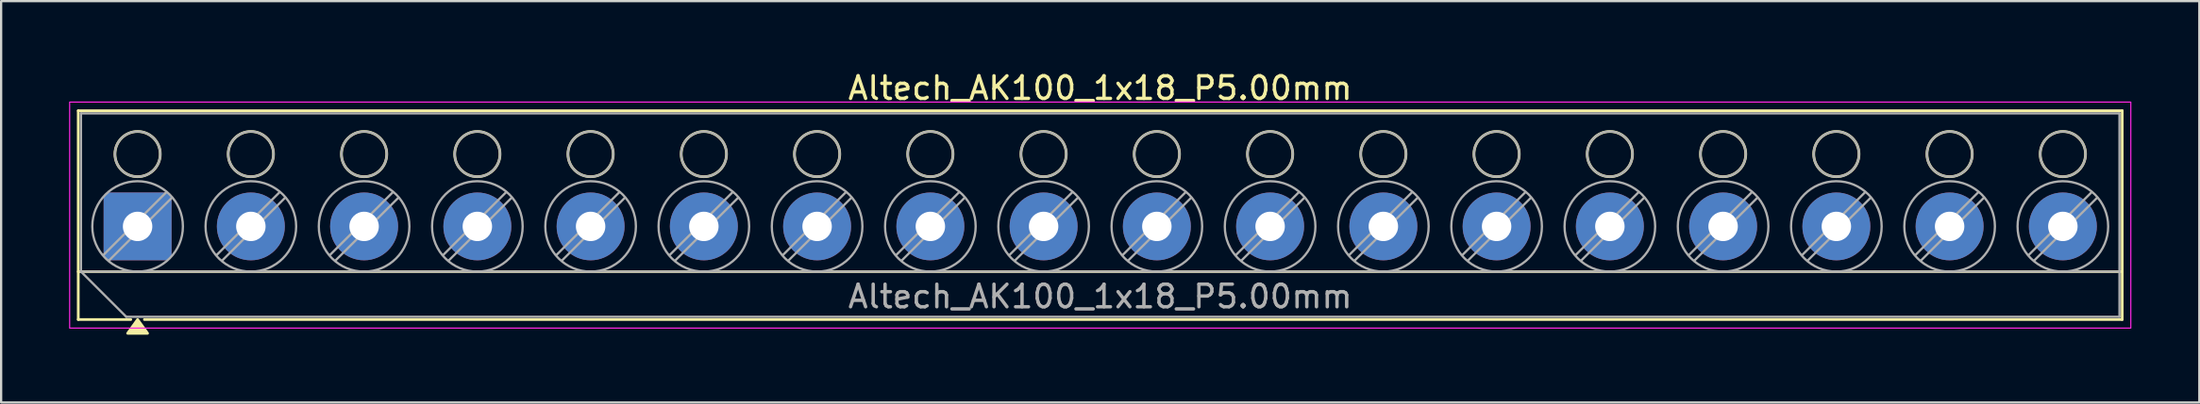
<source format=kicad_pcb>
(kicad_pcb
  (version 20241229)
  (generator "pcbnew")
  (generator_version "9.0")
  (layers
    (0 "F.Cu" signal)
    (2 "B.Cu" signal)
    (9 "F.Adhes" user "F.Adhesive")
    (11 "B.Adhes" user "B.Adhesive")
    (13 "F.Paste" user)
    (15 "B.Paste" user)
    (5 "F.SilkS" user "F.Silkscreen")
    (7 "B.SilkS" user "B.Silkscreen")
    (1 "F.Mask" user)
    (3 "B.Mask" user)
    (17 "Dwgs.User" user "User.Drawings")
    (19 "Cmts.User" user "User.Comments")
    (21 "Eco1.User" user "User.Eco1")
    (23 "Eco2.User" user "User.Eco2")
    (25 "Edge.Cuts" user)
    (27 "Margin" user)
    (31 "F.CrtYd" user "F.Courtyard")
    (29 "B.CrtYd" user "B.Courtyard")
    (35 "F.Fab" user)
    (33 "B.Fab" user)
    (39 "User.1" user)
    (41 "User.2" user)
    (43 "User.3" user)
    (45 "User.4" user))
  (footprint "Altech_AK100_1x18_P5.00mm"
    (layer "F.Cu")
    (at 3.025 6.968)
    (property "Reference" "Altech_AK100_1x18_P5.00mm" (at 42.5 -6.12 0) (layer "F.SilkS") (effects (font (size 1 1) (thickness 0.15))))
    (attr through_hole)
    (fp_line (start -2.62 -5.12) (end 87.62 -5.12) (stroke (width 0.12) (type solid)) (layer "F.SilkS"))
    (fp_line (start -2.62 2) (end 87.62 2) (stroke (width 0.12) (type solid)) (layer "F.SilkS"))
    (fp_line (start -2.62 4.12) (end -2.62 -5.12) (stroke (width 0.12) (type solid)) (layer "F.SilkS"))
    (fp_line (start -0.3 4.12) (end -2.62 4.12) (stroke (width 0.12) (type solid)) (layer "F.SilkS"))
    (fp_line (start 87.62 -5.12) (end 87.62 4.12) (stroke (width 0.12) (type solid)) (layer "F.SilkS"))
    (fp_line (start 87.62 4.12) (end 0.3 4.12) (stroke (width 0.12) (type solid)) (layer "F.SilkS"))
    (fp_circle (center 0 -3.2) (end 1 -3.2) (stroke (width 0.12) (type solid)) (fill no) (layer "F.SilkS"))
    (fp_circle (center 5 -3.2) (end 6 -3.2) (stroke (width 0.12) (type solid)) (fill no) (layer "F.SilkS"))
    (fp_circle (center 10 -3.2) (end 11 -3.2) (stroke (width 0.12) (type solid)) (fill no) (layer "F.SilkS"))
    (fp_circle (center 15 -3.2) (end 16 -3.2) (stroke (width 0.12) (type solid)) (fill no) (layer "F.SilkS"))
    (fp_circle (center 20 -3.2) (end 21 -3.2) (stroke (width 0.12) (type solid)) (fill no) (layer "F.SilkS"))
    (fp_circle (center 25 -3.2) (end 26 -3.2) (stroke (width 0.12) (type solid)) (fill no) (layer "F.SilkS"))
    (fp_circle (center 30 -3.2) (end 31 -3.2) (stroke (width 0.12) (type solid)) (fill no) (layer "F.SilkS"))
    (fp_circle (center 35 -3.2) (end 36 -3.2) (stroke (width 0.12) (type solid)) (fill no) (layer "F.SilkS"))
    (fp_circle (center 40 -3.2) (end 41 -3.2) (stroke (width 0.12) (type solid)) (fill no) (layer "F.SilkS"))
    (fp_circle (center 45 -3.2) (end 46 -3.2) (stroke (width 0.12) (type solid)) (fill no) (layer "F.SilkS"))
    (fp_circle (center 50 -3.2) (end 51 -3.2) (stroke (width 0.12) (type solid)) (fill no) (layer "F.SilkS"))
    (fp_circle (center 55 -3.2) (end 56 -3.2) (stroke (width 0.12) (type solid)) (fill no) (layer "F.SilkS"))
    (fp_circle (center 60 -3.2) (end 61 -3.2) (stroke (width 0.12) (type solid)) (fill no) (layer "F.SilkS"))
    (fp_circle (center 65 -3.2) (end 66 -3.2) (stroke (width 0.12) (type solid)) (fill no) (layer "F.SilkS"))
    (fp_circle (center 70 -3.2) (end 71 -3.2) (stroke (width 0.12) (type solid)) (fill no) (layer "F.SilkS"))
    (fp_circle (center 75 -3.2) (end 76 -3.2) (stroke (width 0.12) (type solid)) (fill no) (layer "F.SilkS"))
    (fp_circle (center 80 -3.2) (end 81 -3.2) (stroke (width 0.12) (type solid)) (fill no) (layer "F.SilkS"))
    (fp_circle (center 85 -3.2) (end 86 -3.2) (stroke (width 0.12) (type solid)) (fill no) (layer "F.SilkS"))
    (fp_poly (pts (xy 0 4.12) (xy 0.44 4.73) (xy -0.44 4.73)) (stroke (width 0.12) (type solid)) (fill yes) (layer "F.SilkS"))
    (fp_rect (start -3 -5.5) (end 88 4.5) (stroke (width 0.05) (type solid)) (fill no) (layer "F.CrtYd"))
    (fp_line (start -2.5 -5) (end 87.5 -5) (stroke (width 0.1) (type solid)) (layer "F.Fab"))
    (fp_line (start -2.5 2) (end -2.5 -5) (stroke (width 0.1) (type solid)) (layer "F.Fab"))
    (fp_line (start -2.5 2) (end 87.5 2) (stroke (width 0.1) (type solid)) (layer "F.Fab"))
    (fp_line (start -0.5 4) (end -2.5 2) (stroke (width 0.1) (type solid)) (layer "F.Fab"))
    (fp_line (start 1.273 -1.517) (end -1.517 1.273) (stroke (width 0.1) (type solid)) (layer "F.Fab"))
    (fp_line (start 1.517 -1.273) (end -1.273 1.517) (stroke (width 0.1) (type solid)) (layer "F.Fab"))
    (fp_line (start 6.273 -1.517) (end 3.483 1.273) (stroke (width 0.1) (type solid)) (layer "F.Fab"))
    (fp_line (start 6.517 -1.273) (end 3.727 1.517) (stroke (width 0.1) (type solid)) (layer "F.Fab"))
    (fp_line (start 11.273 -1.517) (end 8.483 1.273) (stroke (width 0.1) (type solid)) (layer "F.Fab"))
    (fp_line (start 11.517 -1.273) (end 8.727 1.517) (stroke (width 0.1) (type solid)) (layer "F.Fab"))
    (fp_line (start 16.273 -1.517) (end 13.483 1.273) (stroke (width 0.1) (type solid)) (layer "F.Fab"))
    (fp_line (start 16.517 -1.273) (end 13.727 1.517) (stroke (width 0.1) (type solid)) (layer "F.Fab"))
    (fp_line (start 21.273 -1.517) (end 18.483 1.273) (stroke (width 0.1) (type solid)) (layer "F.Fab"))
    (fp_line (start 21.517 -1.273) (end 18.727 1.517) (stroke (width 0.1) (type solid)) (layer "F.Fab"))
    (fp_line (start 26.273 -1.517) (end 23.483 1.273) (stroke (width 0.1) (type solid)) (layer "F.Fab"))
    (fp_line (start 26.517 -1.273) (end 23.727 1.517) (stroke (width 0.1) (type solid)) (layer "F.Fab"))
    (fp_line (start 31.273 -1.517) (end 28.483 1.273) (stroke (width 0.1) (type solid)) (layer "F.Fab"))
    (fp_line (start 31.517 -1.273) (end 28.727 1.517) (stroke (width 0.1) (type solid)) (layer "F.Fab"))
    (fp_line (start 36.273 -1.517) (end 33.483 1.273) (stroke (width 0.1) (type solid)) (layer "F.Fab"))
    (fp_line (start 36.517 -1.273) (end 33.727 1.517) (stroke (width 0.1) (type solid)) (layer "F.Fab"))
    (fp_line (start 41.273 -1.517) (end 38.483 1.273) (stroke (width 0.1) (type solid)) (layer "F.Fab"))
    (fp_line (start 41.517 -1.273) (end 38.727 1.517) (stroke (width 0.1) (type solid)) (layer "F.Fab"))
    (fp_line (start 46.273 -1.517) (end 43.483 1.273) (stroke (width 0.1) (type solid)) (layer "F.Fab"))
    (fp_line (start 46.517 -1.273) (end 43.727 1.517) (stroke (width 0.1) (type solid)) (layer "F.Fab"))
    (fp_line (start 51.273 -1.517) (end 48.483 1.273) (stroke (width 0.1) (type solid)) (layer "F.Fab"))
    (fp_line (start 51.517 -1.273) (end 48.727 1.517) (stroke (width 0.1) (type solid)) (layer "F.Fab"))
    (fp_line (start 56.273 -1.517) (end 53.483 1.273) (stroke (width 0.1) (type solid)) (layer "F.Fab"))
    (fp_line (start 56.517 -1.273) (end 53.727 1.517) (stroke (width 0.1) (type solid)) (layer "F.Fab"))
    (fp_line (start 61.273 -1.517) (end 58.483 1.273) (stroke (width 0.1) (type solid)) (layer "F.Fab"))
    (fp_line (start 61.517 -1.273) (end 58.727 1.517) (stroke (width 0.1) (type solid)) (layer "F.Fab"))
    (fp_line (start 66.273 -1.517) (end 63.483 1.273) (stroke (width 0.1) (type solid)) (layer "F.Fab"))
    (fp_line (start 66.517 -1.273) (end 63.727 1.517) (stroke (width 0.1) (type solid)) (layer "F.Fab"))
    (fp_line (start 71.273 -1.517) (end 68.483 1.273) (stroke (width 0.1) (type solid)) (layer "F.Fab"))
    (fp_line (start 71.517 -1.273) (end 68.727 1.517) (stroke (width 0.1) (type solid)) (layer "F.Fab"))
    (fp_line (start 76.273 -1.517) (end 73.483 1.273) (stroke (width 0.1) (type solid)) (layer "F.Fab"))
    (fp_line (start 76.517 -1.273) (end 73.727 1.517) (stroke (width 0.1) (type solid)) (layer "F.Fab"))
    (fp_line (start 81.273 -1.517) (end 78.483 1.273) (stroke (width 0.1) (type solid)) (layer "F.Fab"))
    (fp_line (start 81.517 -1.273) (end 78.727 1.517) (stroke (width 0.1) (type solid)) (layer "F.Fab"))
    (fp_line (start 86.273 -1.517) (end 83.483 1.273) (stroke (width 0.1) (type solid)) (layer "F.Fab"))
    (fp_line (start 86.517 -1.273) (end 83.727 1.517) (stroke (width 0.1) (type solid)) (layer "F.Fab"))
    (fp_line (start 87.5 -5) (end 87.5 4) (stroke (width 0.1) (type solid)) (layer "F.Fab"))
    (fp_line (start 87.5 4) (end -0.5 4) (stroke (width 0.1) (type solid)) (layer "F.Fab"))
    (fp_circle (center 0 -3.2) (end 1 -3.2) (stroke (width 0.1) (type solid)) (fill no) (layer "F.Fab"))
    (fp_circle (center 0 0) (end 2 0) (stroke (width 0.1) (type solid)) (fill no) (layer "F.Fab"))
    (fp_circle (center 5 -3.2) (end 6 -3.2) (stroke (width 0.1) (type solid)) (fill no) (layer "F.Fab"))
    (fp_circle (center 5 0) (end 7 0) (stroke (width 0.1) (type solid)) (fill no) (layer "F.Fab"))
    (fp_circle (center 10 -3.2) (end 11 -3.2) (stroke (width 0.1) (type solid)) (fill no) (layer "F.Fab"))
    (fp_circle (center 10 0) (end 12 0) (stroke (width 0.1) (type solid)) (fill no) (layer "F.Fab"))
    (fp_circle (center 15 -3.2) (end 16 -3.2) (stroke (width 0.1) (type solid)) (fill no) (layer "F.Fab"))
    (fp_circle (center 15 0) (end 17 0) (stroke (width 0.1) (type solid)) (fill no) (layer "F.Fab"))
    (fp_circle (center 20 -3.2) (end 21 -3.2) (stroke (width 0.1) (type solid)) (fill no) (layer "F.Fab"))
    (fp_circle (center 20 0) (end 22 0) (stroke (width 0.1) (type solid)) (fill no) (layer "F.Fab"))
    (fp_circle (center 25 -3.2) (end 26 -3.2) (stroke (width 0.1) (type solid)) (fill no) (layer "F.Fab"))
    (fp_circle (center 25 0) (end 27 0) (stroke (width 0.1) (type solid)) (fill no) (layer "F.Fab"))
    (fp_circle (center 30 -3.2) (end 31 -3.2) (stroke (width 0.1) (type solid)) (fill no) (layer "F.Fab"))
    (fp_circle (center 30 0) (end 32 0) (stroke (width 0.1) (type solid)) (fill no) (layer "F.Fab"))
    (fp_circle (center 35 -3.2) (end 36 -3.2) (stroke (width 0.1) (type solid)) (fill no) (layer "F.Fab"))
    (fp_circle (center 35 0) (end 37 0) (stroke (width 0.1) (type solid)) (fill no) (layer "F.Fab"))
    (fp_circle (center 40 -3.2) (end 41 -3.2) (stroke (width 0.1) (type solid)) (fill no) (layer "F.Fab"))
    (fp_circle (center 40 0) (end 42 0) (stroke (width 0.1) (type solid)) (fill no) (layer "F.Fab"))
    (fp_circle (center 45 -3.2) (end 46 -3.2) (stroke (width 0.1) (type solid)) (fill no) (layer "F.Fab"))
    (fp_circle (center 45 0) (end 47 0) (stroke (width 0.1) (type solid)) (fill no) (layer "F.Fab"))
    (fp_circle (center 50 -3.2) (end 51 -3.2) (stroke (width 0.1) (type solid)) (fill no) (layer "F.Fab"))
    (fp_circle (center 50 0) (end 52 0) (stroke (width 0.1) (type solid)) (fill no) (layer "F.Fab"))
    (fp_circle (center 55 -3.2) (end 56 -3.2) (stroke (width 0.1) (type solid)) (fill no) (layer "F.Fab"))
    (fp_circle (center 55 0) (end 57 0) (stroke (width 0.1) (type solid)) (fill no) (layer "F.Fab"))
    (fp_circle (center 60 -3.2) (end 61 -3.2) (stroke (width 0.1) (type solid)) (fill no) (layer "F.Fab"))
    (fp_circle (center 60 0) (end 62 0) (stroke (width 0.1) (type solid)) (fill no) (layer "F.Fab"))
    (fp_circle (center 65 -3.2) (end 66 -3.2) (stroke (width 0.1) (type solid)) (fill no) (layer "F.Fab"))
    (fp_circle (center 65 0) (end 67 0) (stroke (width 0.1) (type solid)) (fill no) (layer "F.Fab"))
    (fp_circle (center 70 -3.2) (end 71 -3.2) (stroke (width 0.1) (type solid)) (fill no) (layer "F.Fab"))
    (fp_circle (center 70 0) (end 72 0) (stroke (width 0.1) (type solid)) (fill no) (layer "F.Fab"))
    (fp_circle (center 75 -3.2) (end 76 -3.2) (stroke (width 0.1) (type solid)) (fill no) (layer "F.Fab"))
    (fp_circle (center 75 0) (end 77 0) (stroke (width 0.1) (type solid)) (fill no) (layer "F.Fab"))
    (fp_circle (center 80 -3.2) (end 81 -3.2) (stroke (width 0.1) (type solid)) (fill no) (layer "F.Fab"))
    (fp_circle (center 80 0) (end 82 0) (stroke (width 0.1) (type solid)) (fill no) (layer "F.Fab"))
    (fp_circle (center 85 -3.2) (end 86 -3.2) (stroke (width 0.1) (type solid)) (fill no) (layer "F.Fab"))
    (fp_circle (center 85 0) (end 87 0) (stroke (width 0.1) (type solid)) (fill no) (layer "F.Fab"))
    (fp_text user "${REFERENCE}" (at 42.5 3.1 0) (layer "F.Fab") (effects (font (size 1 1) (thickness 0.15))))
    (pad "1" thru_hole roundrect (at 0 0) (size 3 3) (drill 1.3) (layers "*.Cu" "*.Mask") (roundrect_rratio 0.083))
    (pad "2" thru_hole circle (at 5 0) (size 3 3) (drill 1.3) (layers "*.Cu" "*.Mask"))
    (pad "3" thru_hole circle (at 10 0) (size 3 3) (drill 1.3) (layers "*.Cu" "*.Mask"))
    (pad "4" thru_hole circle (at 15 0) (size 3 3) (drill 1.3) (layers "*.Cu" "*.Mask"))
    (pad "5" thru_hole circle (at 20 0) (size 3 3) (drill 1.3) (layers "*.Cu" "*.Mask"))
    (pad "6" thru_hole circle (at 25 0) (size 3 3) (drill 1.3) (layers "*.Cu" "*.Mask"))
    (pad "7" thru_hole circle (at 30 0) (size 3 3) (drill 1.3) (layers "*.Cu" "*.Mask"))
    (pad "8" thru_hole circle (at 35 0) (size 3 3) (drill 1.3) (layers "*.Cu" "*.Mask"))
    (pad "9" thru_hole circle (at 40 0) (size 3 3) (drill 1.3) (layers "*.Cu" "*.Mask"))
    (pad "10" thru_hole circle (at 45 0) (size 3 3) (drill 1.3) (layers "*.Cu" "*.Mask"))
    (pad "11" thru_hole circle (at 50 0) (size 3 3) (drill 1.3) (layers "*.Cu" "*.Mask"))
    (pad "12" thru_hole circle (at 55 0) (size 3 3) (drill 1.3) (layers "*.Cu" "*.Mask"))
    (pad "13" thru_hole circle (at 60 0) (size 3 3) (drill 1.3) (layers "*.Cu" "*.Mask"))
    (pad "14" thru_hole circle (at 65 0) (size 3 3) (drill 1.3) (layers "*.Cu" "*.Mask"))
    (pad "15" thru_hole circle (at 70 0) (size 3 3) (drill 1.3) (layers "*.Cu" "*.Mask"))
    (pad "16" thru_hole circle (at 75 0) (size 3 3) (drill 1.3) (layers "*.Cu" "*.Mask"))
    (pad "17" thru_hole circle (at 80 0) (size 3 3) (drill 1.3) (layers "*.Cu" "*.Mask"))
    (pad "18" thru_hole circle (at 85 0) (size 3 3) (drill 1.3) (layers "*.Cu" "*.Mask")))
  (gr_rect
    (start -3 -3)
    (end 94.05 14.758)
    (stroke (width 0.1) (type default))
    (fill no)
    (layer "Edge.Cuts")))
</source>
